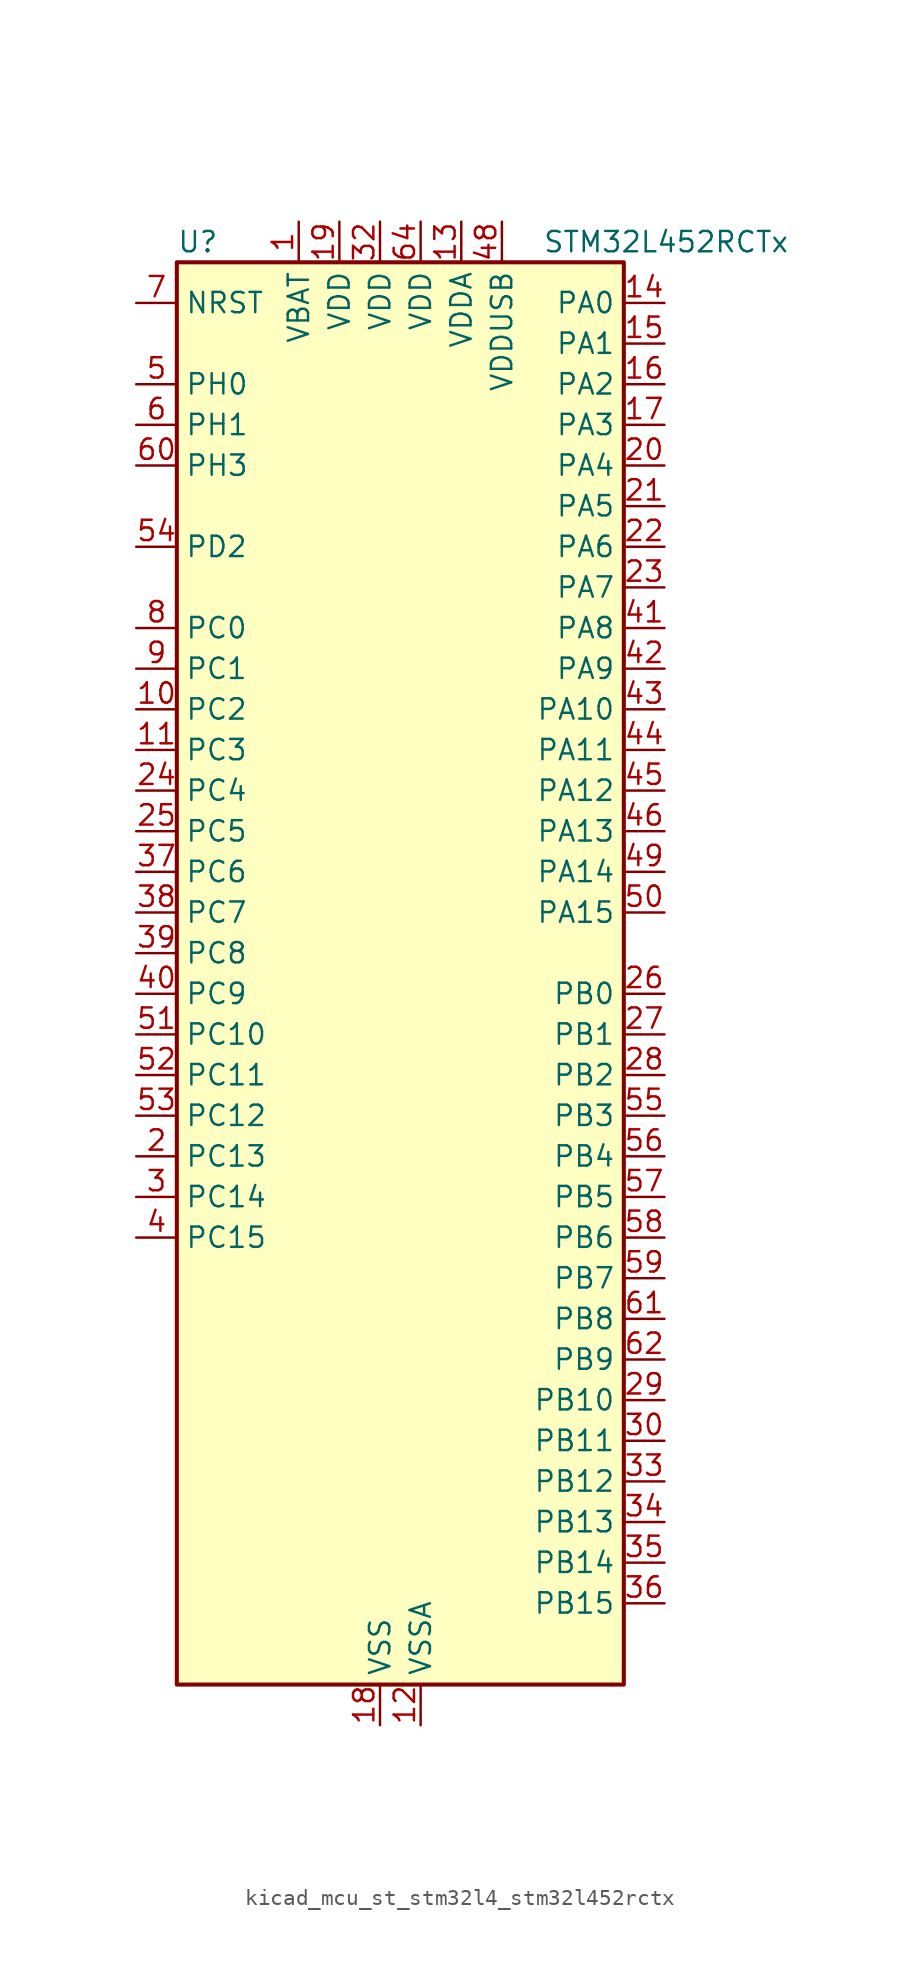
<source format=kicad_sym>
(kicad_symbol_lib
  (version 20220914)
  (generator kicad_symbol_editor)
  (symbol "kicad_mcu_st_stm32l4_stm32l452rctx"
    (property "Reference" "U"
      (at -12.7 46.99 0)
      (effects (font (size 1.27 1.27)) (justify left)))
    (property "Value" "STM32L452RCTx"
      (at 10.16 46.99 0)
      (effects (font (size 1.27 1.27)) (justify left)))
    (property "ki_locked" ""
      (at 0 0 0)
      (effects (font (size 1.27 1.27))))
    (symbol "kicad_mcu_st_stm32l4_stm32l452rctx_0_1"
      (rectangle (start -12.7 -43.18) (end 15.24 45.72) (stroke (width 0.254) (type default)) (fill (type background))))
    (symbol "kicad_mcu_st_stm32l4_stm32l452rctx_1_1"
      (pin power_in line (at -5.08 48.26 270) (length 2.54) (name "VBAT" (effects (font (size 1.27 1.27)))) (number "1" (effects (font (size 1.27 1.27)))))
      (pin bidirectional line (at -15.24 17.78 0) (length 2.54) (name "PC2" (effects (font (size 1.27 1.27)))) (number "10" (effects (font (size 1.27 1.27)))) (alternate "ADC1_IN3" bidirectional line) (alternate "DFSDM1_CKOUT" bidirectional line) (alternate "LPTIM1_IN2" bidirectional line) (alternate "SPI2_MISO" bidirectional line))
      (pin bidirectional line (at -15.24 15.24 0) (length 2.54) (name "PC3" (effects (font (size 1.27 1.27)))) (number "11" (effects (font (size 1.27 1.27)))) (alternate "ADC1_IN4" bidirectional line) (alternate "LPTIM1_ETR" bidirectional line) (alternate "LPTIM2_ETR" bidirectional line) (alternate "SAI1_SD_A" bidirectional line) (alternate "SPI2_MOSI" bidirectional line))
      (pin power_in line (at 2.54 -45.72 90) (length 2.54) (name "VSSA" (effects (font (size 1.27 1.27)))) (number "12" (effects (font (size 1.27 1.27)))))
      (pin power_in line (at 5.08 48.26 270) (length 2.54) (name "VDDA" (effects (font (size 1.27 1.27)))) (number "13" (effects (font (size 1.27 1.27)))))
      (pin bidirectional line (at 17.78 43.18 180) (length 2.54) (name "PA0" (effects (font (size 1.27 1.27)))) (number "14" (effects (font (size 1.27 1.27)))) (alternate "ADC1_IN5" bidirectional line) (alternate "COMP1_INM" bidirectional line) (alternate "COMP1_OUT" bidirectional line) (alternate "OPAMP1_VINP" bidirectional line) (alternate "RTC_TAMP2" bidirectional line) (alternate "SAI1_EXTCLK" bidirectional line) (alternate "SYS_WKUP1" bidirectional line) (alternate "TIM2_CH1" bidirectional line) (alternate "TIM2_ETR" bidirectional line) (alternate "UART4_TX" bidirectional line) (alternate "USART2_CTS" bidirectional line))
      (pin bidirectional line (at 17.78 40.64 180) (length 2.54) (name "PA1" (effects (font (size 1.27 1.27)))) (number "15" (effects (font (size 1.27 1.27)))) (alternate "ADC1_IN6" bidirectional line) (alternate "COMP1_INP" bidirectional line) (alternate "I2C1_SMBA" bidirectional line) (alternate "OPAMP1_VINM" bidirectional line) (alternate "SPI1_SCK" bidirectional line) (alternate "TIM15_CH1N" bidirectional line) (alternate "TIM2_CH2" bidirectional line) (alternate "UART4_RX" bidirectional line) (alternate "USART2_DE" bidirectional line) (alternate "USART2_RTS" bidirectional line))
      (pin bidirectional line (at 17.78 38.1 180) (length 2.54) (name "PA2" (effects (font (size 1.27 1.27)))) (number "16" (effects (font (size 1.27 1.27)))) (alternate "ADC1_IN7" bidirectional line) (alternate "COMP2_INM" bidirectional line) (alternate "COMP2_OUT" bidirectional line) (alternate "LPUART1_TX" bidirectional line) (alternate "QUADSPI_BK1_NCS" bidirectional line) (alternate "RCC_LSCO" bidirectional line) (alternate "SYS_WKUP4" bidirectional line) (alternate "TIM15_CH1" bidirectional line) (alternate "TIM2_CH3" bidirectional line) (alternate "USART2_TX" bidirectional line))
      (pin bidirectional line (at 17.78 35.56 180) (length 2.54) (name "PA3" (effects (font (size 1.27 1.27)))) (number "17" (effects (font (size 1.27 1.27)))) (alternate "ADC1_IN8" bidirectional line) (alternate "COMP2_INP" bidirectional line) (alternate "LPUART1_RX" bidirectional line) (alternate "OPAMP1_VOUT" bidirectional line) (alternate "QUADSPI_CLK" bidirectional line) (alternate "SAI1_MCLK_A" bidirectional line) (alternate "TIM15_CH2" bidirectional line) (alternate "TIM2_CH4" bidirectional line) (alternate "USART2_RX" bidirectional line))
      (pin power_in line (at 0 -45.72 90) (length 2.54) (name "VSS" (effects (font (size 1.27 1.27)))) (number "18" (effects (font (size 1.27 1.27)))))
      (pin power_in line (at -2.54 48.26 270) (length 2.54) (name "VDD" (effects (font (size 1.27 1.27)))) (number "19" (effects (font (size 1.27 1.27)))))
      (pin bidirectional line (at -15.24 -10.16 0) (length 2.54) (name "PC13" (effects (font (size 1.27 1.27)))) (number "2" (effects (font (size 1.27 1.27)))) (alternate "RTC_OUT_ALARM" bidirectional line) (alternate "RTC_OUT_CALIB" bidirectional line) (alternate "RTC_TAMP1" bidirectional line) (alternate "RTC_TS" bidirectional line) (alternate "SYS_WKUP2" bidirectional line))
      (pin bidirectional line (at 17.78 33.02 180) (length 2.54) (name "PA4" (effects (font (size 1.27 1.27)))) (number "20" (effects (font (size 1.27 1.27)))) (alternate "ADC1_IN9" bidirectional line) (alternate "COMP1_INM" bidirectional line) (alternate "COMP2_INM" bidirectional line) (alternate "DAC1_OUT1" bidirectional line) (alternate "LPTIM2_OUT" bidirectional line) (alternate "SAI1_FS_B" bidirectional line) (alternate "SPI1_NSS" bidirectional line) (alternate "SPI3_NSS" bidirectional line) (alternate "USART2_CK" bidirectional line))
      (pin bidirectional line (at 17.78 30.48 180) (length 2.54) (name "PA5" (effects (font (size 1.27 1.27)))) (number "21" (effects (font (size 1.27 1.27)))) (alternate "ADC1_IN10" bidirectional line) (alternate "COMP1_INM" bidirectional line) (alternate "COMP2_INM" bidirectional line) (alternate "DFSDM1_CKOUT" bidirectional line) (alternate "LPTIM2_ETR" bidirectional line) (alternate "SPI1_SCK" bidirectional line) (alternate "TIM2_CH1" bidirectional line) (alternate "TIM2_ETR" bidirectional line))
      (pin bidirectional line (at 17.78 27.94 180) (length 2.54) (name "PA6" (effects (font (size 1.27 1.27)))) (number "22" (effects (font (size 1.27 1.27)))) (alternate "ADC1_IN11" bidirectional line) (alternate "COMP1_OUT" bidirectional line) (alternate "LPUART1_CTS" bidirectional line) (alternate "QUADSPI_BK1_IO3" bidirectional line) (alternate "SPI1_MISO" bidirectional line) (alternate "TIM16_CH1" bidirectional line) (alternate "TIM1_BKIN" bidirectional line) (alternate "TIM1_BKIN_COMP2" bidirectional line) (alternate "TIM3_CH1" bidirectional line) (alternate "USART3_CTS" bidirectional line))
      (pin bidirectional line (at 17.78 25.4 180) (length 2.54) (name "PA7" (effects (font (size 1.27 1.27)))) (number "23" (effects (font (size 1.27 1.27)))) (alternate "ADC1_IN12" bidirectional line) (alternate "COMP2_OUT" bidirectional line) (alternate "DFSDM1_DATIN0" bidirectional line) (alternate "I2C3_SCL" bidirectional line) (alternate "QUADSPI_BK1_IO2" bidirectional line) (alternate "SPI1_MOSI" bidirectional line) (alternate "TIM1_CH1N" bidirectional line) (alternate "TIM3_CH2" bidirectional line))
      (pin bidirectional line (at -15.24 12.7 0) (length 2.54) (name "PC4" (effects (font (size 1.27 1.27)))) (number "24" (effects (font (size 1.27 1.27)))) (alternate "ADC1_IN13" bidirectional line) (alternate "COMP1_INM" bidirectional line) (alternate "USART3_TX" bidirectional line))
      (pin bidirectional line (at -15.24 10.16 0) (length 2.54) (name "PC5" (effects (font (size 1.27 1.27)))) (number "25" (effects (font (size 1.27 1.27)))) (alternate "ADC1_IN14" bidirectional line) (alternate "COMP1_INP" bidirectional line) (alternate "SYS_WKUP5" bidirectional line) (alternate "USART3_RX" bidirectional line))
      (pin bidirectional line (at 17.78 0 180) (length 2.54) (name "PB0" (effects (font (size 1.27 1.27)))) (number "26" (effects (font (size 1.27 1.27)))) (alternate "ADC1_IN15" bidirectional line) (alternate "COMP1_OUT" bidirectional line) (alternate "DFSDM1_CKIN0" bidirectional line) (alternate "QUADSPI_BK1_IO1" bidirectional line) (alternate "SAI1_EXTCLK" bidirectional line) (alternate "SPI1_NSS" bidirectional line) (alternate "TIM1_CH2N" bidirectional line) (alternate "TIM3_CH3" bidirectional line) (alternate "USART3_CK" bidirectional line))
      (pin bidirectional line (at 17.78 -2.54 180) (length 2.54) (name "PB1" (effects (font (size 1.27 1.27)))) (number "27" (effects (font (size 1.27 1.27)))) (alternate "ADC1_IN16" bidirectional line) (alternate "COMP1_INM" bidirectional line) (alternate "DFSDM1_DATIN0" bidirectional line) (alternate "LPTIM2_IN1" bidirectional line) (alternate "LPUART1_DE" bidirectional line) (alternate "LPUART1_RTS" bidirectional line) (alternate "QUADSPI_BK1_IO0" bidirectional line) (alternate "TIM1_CH3N" bidirectional line) (alternate "TIM3_CH4" bidirectional line) (alternate "USART3_DE" bidirectional line) (alternate "USART3_RTS" bidirectional line))
      (pin bidirectional line (at 17.78 -5.08 180) (length 2.54) (name "PB2" (effects (font (size 1.27 1.27)))) (number "28" (effects (font (size 1.27 1.27)))) (alternate "COMP1_INP" bidirectional line) (alternate "DFSDM1_CKIN0" bidirectional line) (alternate "I2C3_SMBA" bidirectional line) (alternate "LPTIM1_OUT" bidirectional line) (alternate "RTC_OUT_ALARM" bidirectional line) (alternate "RTC_OUT_CALIB" bidirectional line))
      (pin bidirectional line (at 17.78 -25.4 180) (length 2.54) (name "PB10" (effects (font (size 1.27 1.27)))) (number "29" (effects (font (size 1.27 1.27)))) (alternate "COMP1_OUT" bidirectional line) (alternate "I2C2_SCL" bidirectional line) (alternate "I2C4_SCL" bidirectional line) (alternate "LPUART1_RX" bidirectional line) (alternate "QUADSPI_CLK" bidirectional line) (alternate "SAI1_SCK_A" bidirectional line) (alternate "SPI2_SCK" bidirectional line) (alternate "TIM2_CH3" bidirectional line) (alternate "TSC_SYNC" bidirectional line) (alternate "USART3_TX" bidirectional line))
      (pin bidirectional line (at -15.24 -12.7 0) (length 2.54) (name "PC14" (effects (font (size 1.27 1.27)))) (number "3" (effects (font (size 1.27 1.27)))) (alternate "RCC_OSC32_IN" bidirectional line))
      (pin bidirectional line (at 17.78 -27.94 180) (length 2.54) (name "PB11" (effects (font (size 1.27 1.27)))) (number "30" (effects (font (size 1.27 1.27)))) (alternate "ADC1_EXTI11" bidirectional line) (alternate "COMP2_OUT" bidirectional line) (alternate "I2C2_SDA" bidirectional line) (alternate "I2C4_SDA" bidirectional line) (alternate "LPUART1_TX" bidirectional line) (alternate "QUADSPI_BK1_NCS" bidirectional line) (alternate "TIM2_CH4" bidirectional line) (alternate "USART3_RX" bidirectional line))
      (pin passive line (at 0 -45.72 90) (length 2.54) hide (name "VSS" (effects (font (size 1.27 1.27)))) (number "31" (effects (font (size 1.27 1.27)))))
      (pin power_in line (at 0 48.26 270) (length 2.54) (name "VDD" (effects (font (size 1.27 1.27)))) (number "32" (effects (font (size 1.27 1.27)))))
      (pin bidirectional line (at 17.78 -30.48 180) (length 2.54) (name "PB12" (effects (font (size 1.27 1.27)))) (number "33" (effects (font (size 1.27 1.27)))) (alternate "CAN1_RX" bidirectional line) (alternate "DFSDM1_DATIN1" bidirectional line) (alternate "I2C2_SMBA" bidirectional line) (alternate "LPUART1_DE" bidirectional line) (alternate "LPUART1_RTS" bidirectional line) (alternate "SAI1_FS_A" bidirectional line) (alternate "SPI2_NSS" bidirectional line) (alternate "TIM15_BKIN" bidirectional line) (alternate "TIM1_BKIN" bidirectional line) (alternate "TIM1_BKIN_COMP2" bidirectional line) (alternate "TSC_G1_IO1" bidirectional line) (alternate "USART3_CK" bidirectional line))
      (pin bidirectional line (at 17.78 -33.02 180) (length 2.54) (name "PB13" (effects (font (size 1.27 1.27)))) (number "34" (effects (font (size 1.27 1.27)))) (alternate "CAN1_TX" bidirectional line) (alternate "DFSDM1_CKIN1" bidirectional line) (alternate "I2C2_SCL" bidirectional line) (alternate "LPUART1_CTS" bidirectional line) (alternate "SAI1_SCK_A" bidirectional line) (alternate "SPI2_SCK" bidirectional line) (alternate "TIM15_CH1N" bidirectional line) (alternate "TIM1_CH1N" bidirectional line) (alternate "TSC_G1_IO2" bidirectional line) (alternate "USART3_CTS" bidirectional line))
      (pin bidirectional line (at 17.78 -35.56 180) (length 2.54) (name "PB14" (effects (font (size 1.27 1.27)))) (number "35" (effects (font (size 1.27 1.27)))) (alternate "DFSDM1_DATIN2" bidirectional line) (alternate "I2C2_SDA" bidirectional line) (alternate "SAI1_MCLK_A" bidirectional line) (alternate "SPI2_MISO" bidirectional line) (alternate "TIM15_CH1" bidirectional line) (alternate "TIM1_CH2N" bidirectional line) (alternate "TSC_G1_IO3" bidirectional line) (alternate "USART3_DE" bidirectional line) (alternate "USART3_RTS" bidirectional line))
      (pin bidirectional line (at 17.78 -38.1 180) (length 2.54) (name "PB15" (effects (font (size 1.27 1.27)))) (number "36" (effects (font (size 1.27 1.27)))) (alternate "ADC1_EXTI15" bidirectional line) (alternate "DFSDM1_CKIN2" bidirectional line) (alternate "RTC_REFIN" bidirectional line) (alternate "SAI1_SD_A" bidirectional line) (alternate "SPI2_MOSI" bidirectional line) (alternate "TIM15_CH2" bidirectional line) (alternate "TIM1_CH3N" bidirectional line) (alternate "TSC_G1_IO4" bidirectional line))
      (pin bidirectional line (at -15.24 7.62 0) (length 2.54) (name "PC6" (effects (font (size 1.27 1.27)))) (number "37" (effects (font (size 1.27 1.27)))) (alternate "DFSDM1_CKIN3" bidirectional line) (alternate "SDMMC1_D6" bidirectional line) (alternate "TIM3_CH1" bidirectional line) (alternate "TSC_G4_IO1" bidirectional line))
      (pin bidirectional line (at -15.24 5.08 0) (length 2.54) (name "PC7" (effects (font (size 1.27 1.27)))) (number "38" (effects (font (size 1.27 1.27)))) (alternate "DFSDM1_DATIN3" bidirectional line) (alternate "SDMMC1_D7" bidirectional line) (alternate "TIM3_CH2" bidirectional line) (alternate "TSC_G4_IO2" bidirectional line))
      (pin bidirectional line (at -15.24 2.54 0) (length 2.54) (name "PC8" (effects (font (size 1.27 1.27)))) (number "39" (effects (font (size 1.27 1.27)))) (alternate "SDMMC1_D0" bidirectional line) (alternate "TIM3_CH3" bidirectional line) (alternate "TSC_G4_IO3" bidirectional line))
      (pin bidirectional line (at -15.24 -15.24 0) (length 2.54) (name "PC15" (effects (font (size 1.27 1.27)))) (number "4" (effects (font (size 1.27 1.27)))) (alternate "ADC1_EXTI15" bidirectional line) (alternate "RCC_OSC32_OUT" bidirectional line))
      (pin bidirectional line (at -15.24 0 0) (length 2.54) (name "PC9" (effects (font (size 1.27 1.27)))) (number "40" (effects (font (size 1.27 1.27)))) (alternate "DAC1_EXTI9" bidirectional line) (alternate "SDMMC1_D1" bidirectional line) (alternate "TIM3_CH4" bidirectional line) (alternate "TSC_G4_IO4" bidirectional line) (alternate "USB_NOE" bidirectional line))
      (pin bidirectional line (at 17.78 22.86 180) (length 2.54) (name "PA8" (effects (font (size 1.27 1.27)))) (number "41" (effects (font (size 1.27 1.27)))) (alternate "DFSDM1_CKIN1" bidirectional line) (alternate "LPTIM2_OUT" bidirectional line) (alternate "RCC_MCO" bidirectional line) (alternate "SAI1_SCK_A" bidirectional line) (alternate "TIM1_CH1" bidirectional line) (alternate "USART1_CK" bidirectional line))
      (pin bidirectional line (at 17.78 20.32 180) (length 2.54) (name "PA9" (effects (font (size 1.27 1.27)))) (number "42" (effects (font (size 1.27 1.27)))) (alternate "DAC1_EXTI9" bidirectional line) (alternate "DFSDM1_DATIN1" bidirectional line) (alternate "I2C1_SCL" bidirectional line) (alternate "SAI1_FS_A" bidirectional line) (alternate "TIM15_BKIN" bidirectional line) (alternate "TIM1_CH2" bidirectional line) (alternate "USART1_TX" bidirectional line))
      (pin bidirectional line (at 17.78 17.78 180) (length 2.54) (name "PA10" (effects (font (size 1.27 1.27)))) (number "43" (effects (font (size 1.27 1.27)))) (alternate "CRS_SYNC" bidirectional line) (alternate "I2C1_SDA" bidirectional line) (alternate "SAI1_SD_A" bidirectional line) (alternate "TIM1_CH3" bidirectional line) (alternate "USART1_RX" bidirectional line))
      (pin bidirectional line (at 17.78 15.24 180) (length 2.54) (name "PA11" (effects (font (size 1.27 1.27)))) (number "44" (effects (font (size 1.27 1.27)))) (alternate "ADC1_EXTI11" bidirectional line) (alternate "CAN1_RX" bidirectional line) (alternate "COMP1_OUT" bidirectional line) (alternate "SPI1_MISO" bidirectional line) (alternate "TIM1_BKIN2" bidirectional line) (alternate "TIM1_BKIN2_COMP1" bidirectional line) (alternate "TIM1_CH4" bidirectional line) (alternate "USART1_CTS" bidirectional line) (alternate "USB_DM" bidirectional line))
      (pin bidirectional line (at 17.78 12.7 180) (length 2.54) (name "PA12" (effects (font (size 1.27 1.27)))) (number "45" (effects (font (size 1.27 1.27)))) (alternate "CAN1_TX" bidirectional line) (alternate "SPI1_MOSI" bidirectional line) (alternate "TIM1_ETR" bidirectional line) (alternate "USART1_DE" bidirectional line) (alternate "USART1_RTS" bidirectional line) (alternate "USB_DP" bidirectional line))
      (pin bidirectional line (at 17.78 10.16 180) (length 2.54) (name "PA13" (effects (font (size 1.27 1.27)))) (number "46" (effects (font (size 1.27 1.27)))) (alternate "IR_OUT" bidirectional line) (alternate "SAI1_SD_B" bidirectional line) (alternate "SYS_JTMS-SWDIO" bidirectional line) (alternate "USB_NOE" bidirectional line))
      (pin passive line (at 0 -45.72 90) (length 2.54) hide (name "VSS" (effects (font (size 1.27 1.27)))) (number "47" (effects (font (size 1.27 1.27)))))
      (pin power_in line (at 7.62 48.26 270) (length 2.54) (name "VDDUSB" (effects (font (size 1.27 1.27)))) (number "48" (effects (font (size 1.27 1.27)))))
      (pin bidirectional line (at 17.78 7.62 180) (length 2.54) (name "PA14" (effects (font (size 1.27 1.27)))) (number "49" (effects (font (size 1.27 1.27)))) (alternate "I2C1_SMBA" bidirectional line) (alternate "I2C4_SMBA" bidirectional line) (alternate "LPTIM1_OUT" bidirectional line) (alternate "SAI1_FS_B" bidirectional line) (alternate "SYS_JTCK-SWCLK" bidirectional line))
      (pin bidirectional line (at -15.24 38.1 0) (length 2.54) (name "PH0" (effects (font (size 1.27 1.27)))) (number "5" (effects (font (size 1.27 1.27)))) (alternate "RCC_OSC_IN" bidirectional line))
      (pin bidirectional line (at 17.78 5.08 180) (length 2.54) (name "PA15" (effects (font (size 1.27 1.27)))) (number "50" (effects (font (size 1.27 1.27)))) (alternate "ADC1_EXTI15" bidirectional line) (alternate "SPI1_NSS" bidirectional line) (alternate "SPI3_NSS" bidirectional line) (alternate "SYS_JTDI" bidirectional line) (alternate "TIM2_CH1" bidirectional line) (alternate "TIM2_ETR" bidirectional line) (alternate "TSC_G3_IO1" bidirectional line) (alternate "UART4_DE" bidirectional line) (alternate "UART4_RTS" bidirectional line) (alternate "USART2_RX" bidirectional line) (alternate "USART3_DE" bidirectional line) (alternate "USART3_RTS" bidirectional line))
      (pin bidirectional line (at -15.24 -2.54 0) (length 2.54) (name "PC10" (effects (font (size 1.27 1.27)))) (number "51" (effects (font (size 1.27 1.27)))) (alternate "SDMMC1_D2" bidirectional line) (alternate "SPI3_SCK" bidirectional line) (alternate "SYS_TRACED1" bidirectional line) (alternate "TSC_G3_IO2" bidirectional line) (alternate "UART4_TX" bidirectional line) (alternate "USART3_TX" bidirectional line))
      (pin bidirectional line (at -15.24 -5.08 0) (length 2.54) (name "PC11" (effects (font (size 1.27 1.27)))) (number "52" (effects (font (size 1.27 1.27)))) (alternate "ADC1_EXTI11" bidirectional line) (alternate "SDMMC1_D3" bidirectional line) (alternate "SPI3_MISO" bidirectional line) (alternate "TSC_G3_IO3" bidirectional line) (alternate "UART4_RX" bidirectional line) (alternate "USART3_RX" bidirectional line))
      (pin bidirectional line (at -15.24 -7.62 0) (length 2.54) (name "PC12" (effects (font (size 1.27 1.27)))) (number "53" (effects (font (size 1.27 1.27)))) (alternate "SDMMC1_CK" bidirectional line) (alternate "SPI3_MOSI" bidirectional line) (alternate "SYS_TRACED3" bidirectional line) (alternate "TSC_G3_IO4" bidirectional line) (alternate "USART3_CK" bidirectional line))
      (pin bidirectional line (at -15.24 27.94 0) (length 2.54) (name "PD2" (effects (font (size 1.27 1.27)))) (number "54" (effects (font (size 1.27 1.27)))) (alternate "SDMMC1_CMD" bidirectional line) (alternate "SYS_TRACED2" bidirectional line) (alternate "TIM3_ETR" bidirectional line) (alternate "TSC_SYNC" bidirectional line) (alternate "USART3_DE" bidirectional line) (alternate "USART3_RTS" bidirectional line))
      (pin bidirectional line (at 17.78 -7.62 180) (length 2.54) (name "PB3" (effects (font (size 1.27 1.27)))) (number "55" (effects (font (size 1.27 1.27)))) (alternate "COMP2_INM" bidirectional line) (alternate "SAI1_SCK_B" bidirectional line) (alternate "SPI1_SCK" bidirectional line) (alternate "SPI3_SCK" bidirectional line) (alternate "SYS_JTDO-SWO" bidirectional line) (alternate "TIM2_CH2" bidirectional line) (alternate "USART1_DE" bidirectional line) (alternate "USART1_RTS" bidirectional line))
      (pin bidirectional line (at 17.78 -10.16 180) (length 2.54) (name "PB4" (effects (font (size 1.27 1.27)))) (number "56" (effects (font (size 1.27 1.27)))) (alternate "COMP2_INP" bidirectional line) (alternate "I2C3_SDA" bidirectional line) (alternate "SAI1_MCLK_B" bidirectional line) (alternate "SPI1_MISO" bidirectional line) (alternate "SPI3_MISO" bidirectional line) (alternate "SYS_JTRST" bidirectional line) (alternate "TIM3_CH1" bidirectional line) (alternate "TSC_G2_IO1" bidirectional line) (alternate "USART1_CTS" bidirectional line))
      (pin bidirectional line (at 17.78 -12.7 180) (length 2.54) (name "PB5" (effects (font (size 1.27 1.27)))) (number "57" (effects (font (size 1.27 1.27)))) (alternate "CAN1_RX" bidirectional line) (alternate "COMP2_OUT" bidirectional line) (alternate "I2C1_SMBA" bidirectional line) (alternate "LPTIM1_IN1" bidirectional line) (alternate "SAI1_SD_B" bidirectional line) (alternate "SPI1_MOSI" bidirectional line) (alternate "SPI3_MOSI" bidirectional line) (alternate "TIM16_BKIN" bidirectional line) (alternate "TIM3_CH2" bidirectional line) (alternate "TSC_G2_IO2" bidirectional line) (alternate "USART1_CK" bidirectional line))
      (pin bidirectional line (at 17.78 -15.24 180) (length 2.54) (name "PB6" (effects (font (size 1.27 1.27)))) (number "58" (effects (font (size 1.27 1.27)))) (alternate "CAN1_TX" bidirectional line) (alternate "COMP2_INP" bidirectional line) (alternate "I2C1_SCL" bidirectional line) (alternate "I2C4_SCL" bidirectional line) (alternate "LPTIM1_ETR" bidirectional line) (alternate "SAI1_FS_B" bidirectional line) (alternate "TIM16_CH1N" bidirectional line) (alternate "TSC_G2_IO3" bidirectional line) (alternate "USART1_TX" bidirectional line))
      (pin bidirectional line (at 17.78 -17.78 180) (length 2.54) (name "PB7" (effects (font (size 1.27 1.27)))) (number "59" (effects (font (size 1.27 1.27)))) (alternate "COMP2_INM" bidirectional line) (alternate "I2C1_SDA" bidirectional line) (alternate "I2C4_SDA" bidirectional line) (alternate "LPTIM1_IN2" bidirectional line) (alternate "SYS_PVD_IN" bidirectional line) (alternate "TSC_G2_IO4" bidirectional line) (alternate "UART4_CTS" bidirectional line) (alternate "USART1_RX" bidirectional line))
      (pin bidirectional line (at -15.24 35.56 0) (length 2.54) (name "PH1" (effects (font (size 1.27 1.27)))) (number "6" (effects (font (size 1.27 1.27)))) (alternate "RCC_OSC_OUT" bidirectional line))
      (pin bidirectional line (at -15.24 33.02 0) (length 2.54) (name "PH3" (effects (font (size 1.27 1.27)))) (number "60" (effects (font (size 1.27 1.27)))))
      (pin bidirectional line (at 17.78 -20.32 180) (length 2.54) (name "PB8" (effects (font (size 1.27 1.27)))) (number "61" (effects (font (size 1.27 1.27)))) (alternate "CAN1_RX" bidirectional line) (alternate "I2C1_SCL" bidirectional line) (alternate "SAI1_MCLK_A" bidirectional line) (alternate "SDMMC1_D4" bidirectional line) (alternate "TIM16_CH1" bidirectional line))
      (pin bidirectional line (at 17.78 -22.86 180) (length 2.54) (name "PB9" (effects (font (size 1.27 1.27)))) (number "62" (effects (font (size 1.27 1.27)))) (alternate "CAN1_TX" bidirectional line) (alternate "DAC1_EXTI9" bidirectional line) (alternate "I2C1_SDA" bidirectional line) (alternate "IR_OUT" bidirectional line) (alternate "SAI1_FS_A" bidirectional line) (alternate "SDMMC1_D5" bidirectional line) (alternate "SPI2_NSS" bidirectional line))
      (pin passive line (at 0 -45.72 90) (length 2.54) hide (name "VSS" (effects (font (size 1.27 1.27)))) (number "63" (effects (font (size 1.27 1.27)))))
      (pin power_in line (at 2.54 48.26 270) (length 2.54) (name "VDD" (effects (font (size 1.27 1.27)))) (number "64" (effects (font (size 1.27 1.27)))))
      (pin input line (at -15.24 43.18 0) (length 2.54) (name "NRST" (effects (font (size 1.27 1.27)))) (number "7" (effects (font (size 1.27 1.27)))))
      (pin bidirectional line (at -15.24 22.86 0) (length 2.54) (name "PC0" (effects (font (size 1.27 1.27)))) (number "8" (effects (font (size 1.27 1.27)))) (alternate "ADC1_IN1" bidirectional line) (alternate "I2C3_SCL" bidirectional line) (alternate "I2C4_SCL" bidirectional line) (alternate "LPTIM1_IN1" bidirectional line) (alternate "LPTIM2_IN1" bidirectional line) (alternate "LPUART1_RX" bidirectional line))
      (pin bidirectional line (at -15.24 20.32 0) (length 2.54) (name "PC1" (effects (font (size 1.27 1.27)))) (number "9" (effects (font (size 1.27 1.27)))) (alternate "ADC1_IN2" bidirectional line) (alternate "I2C3_SDA" bidirectional line) (alternate "I2C4_SDA" bidirectional line) (alternate "LPTIM1_OUT" bidirectional line) (alternate "LPUART1_TX" bidirectional line) (alternate "SYS_TRACED0" bidirectional line)))))
</source>
